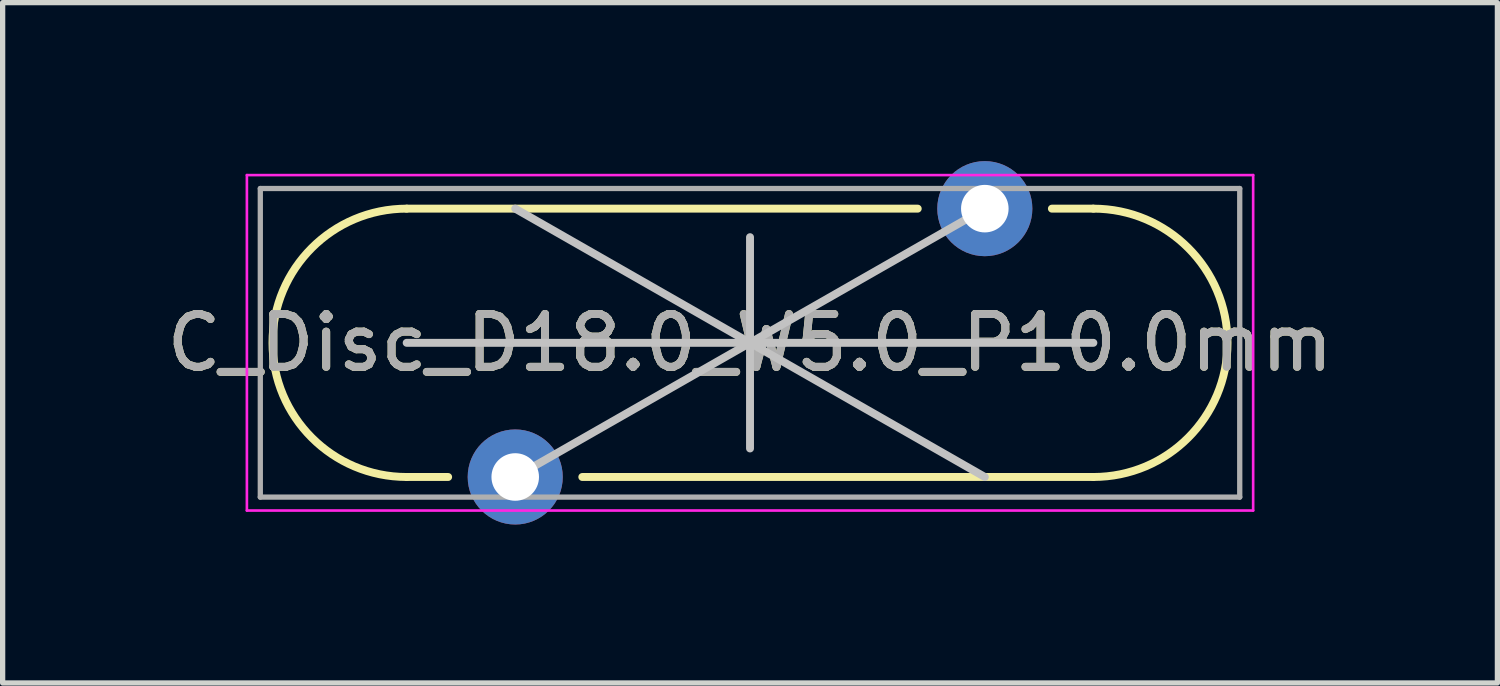
<source format=kicad_pcb>
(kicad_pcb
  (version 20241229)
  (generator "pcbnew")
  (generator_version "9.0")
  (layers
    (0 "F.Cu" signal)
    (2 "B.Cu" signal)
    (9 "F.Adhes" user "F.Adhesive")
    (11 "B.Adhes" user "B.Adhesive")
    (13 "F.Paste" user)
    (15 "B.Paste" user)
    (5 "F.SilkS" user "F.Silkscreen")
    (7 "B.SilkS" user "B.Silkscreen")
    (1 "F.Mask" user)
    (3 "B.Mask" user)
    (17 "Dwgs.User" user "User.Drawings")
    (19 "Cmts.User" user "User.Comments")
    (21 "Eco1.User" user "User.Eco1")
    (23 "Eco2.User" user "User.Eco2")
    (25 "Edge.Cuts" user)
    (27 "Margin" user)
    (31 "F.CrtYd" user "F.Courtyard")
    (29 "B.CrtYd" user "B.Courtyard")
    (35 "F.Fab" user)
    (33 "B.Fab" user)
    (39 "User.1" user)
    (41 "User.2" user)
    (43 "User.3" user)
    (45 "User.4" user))
  (footprint "C_Disc_D18.0_W5.0_P10.0mm"
    (layer "F.Cu")
    (at 6.704 5.98)
    (property "Reference" "C_Disc_D18.0_W5.0_P10.0mm" (at 4.445 -2.54 0) (layer "F.SilkS") (effects (font (size 1 1) (thickness 0.15))))
    (attr through_hole)
    (fp_line (start -2.055 -5.08) (end 7.62 -5.08) (stroke (width 0.15) (type solid)) (layer "F.SilkS"))
    (fp_line (start -2.055 0) (end -1.27 0) (stroke (width 0.15) (type solid)) (layer "F.SilkS"))
    (fp_line (start 1.27 0) (end 10.945 0) (stroke (width 0.15) (type solid)) (layer "F.SilkS"))
    (fp_line (start 10.16 -5.08) (end 10.945 -5.08) (stroke (width 0.15) (type solid)) (layer "F.SilkS"))
    (fp_arc (start -2.055 0) (mid -4.595 -2.54) (end -2.055 -5.08) (stroke (width 0.15) (type solid)) (layer "F.SilkS"))
    (fp_arc (start 10.945 -5.08) (mid 13.485 -2.54) (end 10.945 0) (stroke (width 0.15) (type solid)) (layer "F.SilkS"))
    (fp_line (start -2.055 -2.54) (end 10.945 -2.54) (stroke (width 0.15) (type solid)) (layer "Dwgs.User"))
    (fp_line (start 0 -5.08) (end 8.89 0) (stroke (width 0.15) (type solid)) (layer "Dwgs.User"))
    (fp_line (start 0 0) (end 8.89 -5.08) (stroke (width 0.15) (type solid)) (layer "Dwgs.User"))
    (fp_line (start 4.445 -0.54) (end 4.445 -4.54) (stroke (width 0.15) (type solid)) (layer "Dwgs.User"))
    (fp_line (start -5.08 -5.715) (end -5.08 0.635) (stroke (width 0.05) (type solid)) (layer "F.CrtYd"))
    (fp_line (start -5.08 -5.715) (end 13.97 -5.715) (stroke (width 0.05) (type solid)) (layer "F.CrtYd"))
    (fp_line (start -5.08 0.635) (end 13.97 0.635) (stroke (width 0.05) (type solid)) (layer "F.CrtYd"))
    (fp_line (start 13.97 -5.715) (end 13.97 0.635) (stroke (width 0.05) (type solid)) (layer "F.CrtYd"))
    (fp_line (start -4.826 -5.461) (end -4.826 0.381) (stroke (width 0.1) (type solid)) (layer "F.Fab"))
    (fp_line (start -4.826 -5.461) (end 13.716 -5.461) (stroke (width 0.1) (type solid)) (layer "F.Fab"))
    (fp_line (start -4.826 0.381) (end 13.716 0.381) (stroke (width 0.1) (type solid)) (layer "F.Fab"))
    (fp_line (start 13.716 -5.461) (end 13.716 0.381) (stroke (width 0.1) (type solid)) (layer "F.Fab"))
    (fp_text user "${REFERENCE}" (at 4.445 -2.54 0) (layer "F.Fab") (effects (font (size 1 1) (thickness 0.15))))
    (pad "1" thru_hole circle (at 0 0) (size 1.8 1.8) (drill 0.9) (layers "*.Cu" "*.Mask"))
    (pad "2" thru_hole circle (at 8.89 -5.08) (size 1.8 1.8) (drill 0.9) (layers "*.Cu" "*.Mask")))
  (gr_rect
    (start -3 -3)
    (end 25.298 9.88)
    (stroke (width 0.1) (type default))
    (fill no)
    (layer "Edge.Cuts")))
</source>
